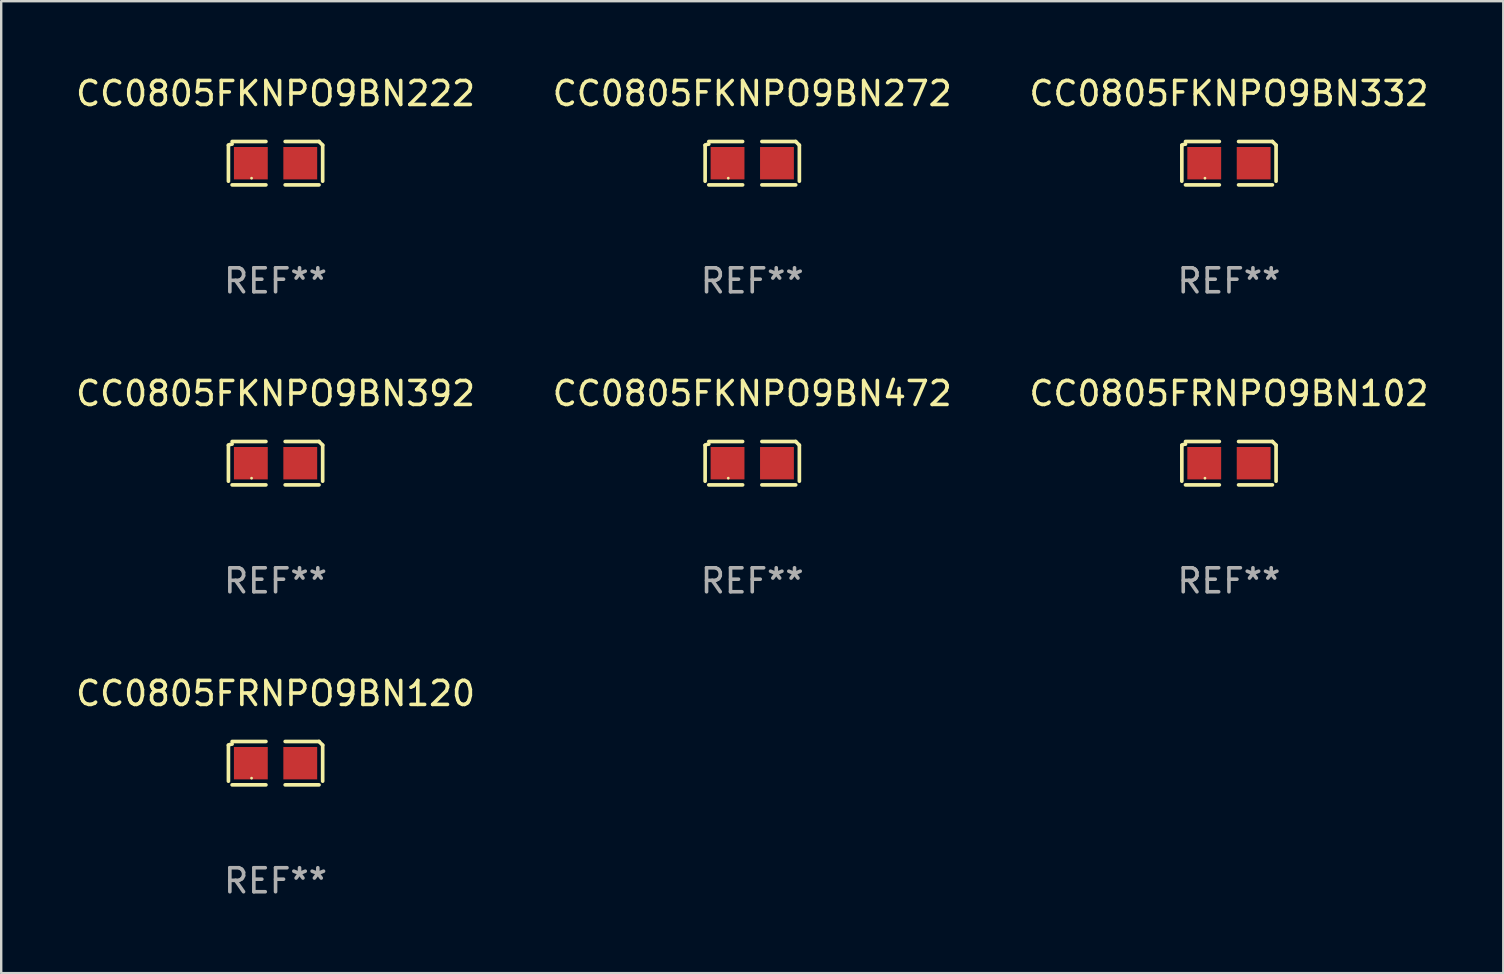
<source format=kicad_pcb>
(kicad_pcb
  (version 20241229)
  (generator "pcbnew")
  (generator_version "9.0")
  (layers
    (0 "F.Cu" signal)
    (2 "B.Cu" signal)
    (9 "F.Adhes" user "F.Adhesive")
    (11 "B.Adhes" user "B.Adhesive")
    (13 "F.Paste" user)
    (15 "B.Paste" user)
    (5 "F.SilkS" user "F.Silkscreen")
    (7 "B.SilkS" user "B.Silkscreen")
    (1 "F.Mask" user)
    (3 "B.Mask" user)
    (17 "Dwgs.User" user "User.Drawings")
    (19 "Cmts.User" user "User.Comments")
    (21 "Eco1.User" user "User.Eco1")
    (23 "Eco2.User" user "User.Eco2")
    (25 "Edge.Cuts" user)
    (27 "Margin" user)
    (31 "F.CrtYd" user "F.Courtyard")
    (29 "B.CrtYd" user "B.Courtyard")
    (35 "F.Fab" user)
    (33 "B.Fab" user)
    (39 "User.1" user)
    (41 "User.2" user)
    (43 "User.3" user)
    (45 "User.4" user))
  (footprint "CC0805FKNPO9BN392"
    (layer "F.Cu")
    (at 8.435 16.256)
    (property "Reference" "CC0805FKNPO9BN392" (at 0 -2.904 0) (layer "F.SilkS") (effects (font (size 1 1) (thickness 0.15))))
    (attr through_hole)
    (fp_line (start -1.964 0.751) (end -1.964 -0.751) (stroke (width 0.152) (type solid)) (layer "F.SilkS"))
    (fp_line (start -1.811 -0.904) (end -0.401 -0.904) (stroke (width 0.152) (type solid)) (layer "F.SilkS"))
    (fp_line (start -0.401 0.904) (end -1.811 0.904) (stroke (width 0.152) (type solid)) (layer "F.SilkS"))
    (fp_line (start 0.401 0.904) (end 1.811 0.904) (stroke (width 0.152) (type solid)) (layer "F.SilkS"))
    (fp_line (start 1.811 -0.904) (end 0.401 -0.904) (stroke (width 0.152) (type solid)) (layer "F.SilkS"))
    (fp_line (start 1.964 0.751) (end 1.964 -0.751) (stroke (width 0.152) (type solid)) (layer "F.SilkS"))
    (fp_arc (start -1.963602 -0.751207) (mid -1.890354 -0.783131) (end -1.811201 -0.794044) (stroke (width 0.1524) (type solid)) (layer "F.SilkS"))
    (fp_arc (start 1.811202 -0.903607) (mid 1.887413 -0.827418) (end 1.963602 -0.751207) (stroke (width 0.1524) (type solid)) (layer "F.SilkS"))
    (fp_circle (center -1 0.625) (end -0.97 0.625) (stroke (width 0.06) (type solid)) (fill no) (layer "F.SilkS"))
    (fp_text user "REF**" (at 0 4.904 0) (layer "F.Fab") (effects (font (size 1 1) (thickness 0.15))))
    (pad "1" smd rect (at -1.03 0) (size 1.41 1.35) (layers "F.Cu" "F.Mask" "F.Paste"))
    (pad "2" smd rect (at 1.03 0) (size 1.41 1.35) (layers "F.Cu" "F.Mask" "F.Paste")))
  (footprint "CC0805FKNPO9BN472"
    (layer "F.Cu")
    (at 28.304 16.256)
    (property "Reference" "CC0805FKNPO9BN472" (at 0 -2.904 0) (layer "F.SilkS") (effects (font (size 1 1) (thickness 0.15))))
    (attr through_hole)
    (fp_line (start -1.964 0.751) (end -1.964 -0.751) (stroke (width 0.152) (type solid)) (layer "F.SilkS"))
    (fp_line (start -1.811 -0.904) (end -0.401 -0.904) (stroke (width 0.152) (type solid)) (layer "F.SilkS"))
    (fp_line (start -0.401 0.904) (end -1.811 0.904) (stroke (width 0.152) (type solid)) (layer "F.SilkS"))
    (fp_line (start 0.401 0.904) (end 1.811 0.904) (stroke (width 0.152) (type solid)) (layer "F.SilkS"))
    (fp_line (start 1.811 -0.904) (end 0.401 -0.904) (stroke (width 0.152) (type solid)) (layer "F.SilkS"))
    (fp_line (start 1.964 0.751) (end 1.964 -0.751) (stroke (width 0.152) (type solid)) (layer "F.SilkS"))
    (fp_arc (start -1.963602 -0.751207) (mid -1.890354 -0.783131) (end -1.811201 -0.794044) (stroke (width 0.1524) (type solid)) (layer "F.SilkS"))
    (fp_arc (start 1.811202 -0.903607) (mid 1.887413 -0.827418) (end 1.963602 -0.751207) (stroke (width 0.1524) (type solid)) (layer "F.SilkS"))
    (fp_circle (center -1 0.625) (end -0.97 0.625) (stroke (width 0.06) (type solid)) (fill no) (layer "F.SilkS"))
    (fp_text user "REF**" (at 0 4.904 0) (layer "F.Fab") (effects (font (size 1 1) (thickness 0.15))))
    (pad "1" smd rect (at -1.03 0) (size 1.41 1.35) (layers "F.Cu" "F.Mask" "F.Paste"))
    (pad "2" smd rect (at 1.03 0) (size 1.41 1.35) (layers "F.Cu" "F.Mask" "F.Paste")))
  (footprint "CC0805FKNPO9BN222"
    (layer "F.Cu")
    (at 8.435 3.752)
    (property "Reference" "CC0805FKNPO9BN222" (at 0 -2.904 0) (layer "F.SilkS") (effects (font (size 1 1) (thickness 0.15))))
    (attr through_hole)
    (fp_line (start -1.964 0.751) (end -1.964 -0.751) (stroke (width 0.152) (type solid)) (layer "F.SilkS"))
    (fp_line (start -1.811 -0.904) (end -0.401 -0.904) (stroke (width 0.152) (type solid)) (layer "F.SilkS"))
    (fp_line (start -0.401 0.904) (end -1.811 0.904) (stroke (width 0.152) (type solid)) (layer "F.SilkS"))
    (fp_line (start 0.401 0.904) (end 1.811 0.904) (stroke (width 0.152) (type solid)) (layer "F.SilkS"))
    (fp_line (start 1.811 -0.904) (end 0.401 -0.904) (stroke (width 0.152) (type solid)) (layer "F.SilkS"))
    (fp_line (start 1.964 0.751) (end 1.964 -0.751) (stroke (width 0.152) (type solid)) (layer "F.SilkS"))
    (fp_arc (start -1.963602 -0.751207) (mid -1.890354 -0.783131) (end -1.811201 -0.794044) (stroke (width 0.1524) (type solid)) (layer "F.SilkS"))
    (fp_arc (start 1.811202 -0.903607) (mid 1.887413 -0.827418) (end 1.963602 -0.751207) (stroke (width 0.1524) (type solid)) (layer "F.SilkS"))
    (fp_circle (center -1 0.625) (end -0.97 0.625) (stroke (width 0.06) (type solid)) (fill no) (layer "F.SilkS"))
    (fp_text user "REF**" (at 0 4.904 0) (layer "F.Fab") (effects (font (size 1 1) (thickness 0.15))))
    (pad "1" smd rect (at -1.03 0) (size 1.41 1.35) (layers "F.Cu" "F.Mask" "F.Paste"))
    (pad "2" smd rect (at 1.03 0) (size 1.41 1.35) (layers "F.Cu" "F.Mask" "F.Paste")))
  (footprint "CC0805FKNPO9BN272"
    (layer "F.Cu")
    (at 28.304 3.752)
    (property "Reference" "CC0805FKNPO9BN272" (at 0 -2.904 0) (layer "F.SilkS") (effects (font (size 1 1) (thickness 0.15))))
    (attr through_hole)
    (fp_line (start -1.964 0.751) (end -1.964 -0.751) (stroke (width 0.152) (type solid)) (layer "F.SilkS"))
    (fp_line (start -1.811 -0.904) (end -0.401 -0.904) (stroke (width 0.152) (type solid)) (layer "F.SilkS"))
    (fp_line (start -0.401 0.904) (end -1.811 0.904) (stroke (width 0.152) (type solid)) (layer "F.SilkS"))
    (fp_line (start 0.401 0.904) (end 1.811 0.904) (stroke (width 0.152) (type solid)) (layer "F.SilkS"))
    (fp_line (start 1.811 -0.904) (end 0.401 -0.904) (stroke (width 0.152) (type solid)) (layer "F.SilkS"))
    (fp_line (start 1.964 0.751) (end 1.964 -0.751) (stroke (width 0.152) (type solid)) (layer "F.SilkS"))
    (fp_arc (start -1.963602 -0.751207) (mid -1.890354 -0.783131) (end -1.811201 -0.794044) (stroke (width 0.1524) (type solid)) (layer "F.SilkS"))
    (fp_arc (start 1.811202 -0.903607) (mid 1.887413 -0.827418) (end 1.963602 -0.751207) (stroke (width 0.1524) (type solid)) (layer "F.SilkS"))
    (fp_circle (center -1 0.625) (end -0.97 0.625) (stroke (width 0.06) (type solid)) (fill no) (layer "F.SilkS"))
    (fp_text user "REF**" (at 0 4.904 0) (layer "F.Fab") (effects (font (size 1 1) (thickness 0.15))))
    (pad "1" smd rect (at -1.03 0) (size 1.41 1.35) (layers "F.Cu" "F.Mask" "F.Paste"))
    (pad "2" smd rect (at 1.03 0) (size 1.41 1.35) (layers "F.Cu" "F.Mask" "F.Paste")))
  (footprint "CC0805FRNPO9BN102"
    (layer "F.Cu")
    (at 48.173 16.256)
    (property "Reference" "CC0805FRNPO9BN102" (at 0 -2.904 0) (layer "F.SilkS") (effects (font (size 1 1) (thickness 0.15))))
    (attr through_hole)
    (fp_line (start -1.964 0.751) (end -1.964 -0.751) (stroke (width 0.152) (type solid)) (layer "F.SilkS"))
    (fp_line (start -1.811 -0.904) (end -0.401 -0.904) (stroke (width 0.152) (type solid)) (layer "F.SilkS"))
    (fp_line (start -0.401 0.904) (end -1.811 0.904) (stroke (width 0.152) (type solid)) (layer "F.SilkS"))
    (fp_line (start 0.401 0.904) (end 1.811 0.904) (stroke (width 0.152) (type solid)) (layer "F.SilkS"))
    (fp_line (start 1.811 -0.904) (end 0.401 -0.904) (stroke (width 0.152) (type solid)) (layer "F.SilkS"))
    (fp_line (start 1.964 0.751) (end 1.964 -0.751) (stroke (width 0.152) (type solid)) (layer "F.SilkS"))
    (fp_arc (start -1.963602 -0.751207) (mid -1.890354 -0.783131) (end -1.811201 -0.794044) (stroke (width 0.1524) (type solid)) (layer "F.SilkS"))
    (fp_arc (start 1.811202 -0.903607) (mid 1.887413 -0.827418) (end 1.963602 -0.751207) (stroke (width 0.1524) (type solid)) (layer "F.SilkS"))
    (fp_circle (center -1 0.625) (end -0.97 0.625) (stroke (width 0.06) (type solid)) (fill no) (layer "F.SilkS"))
    (fp_text user "REF**" (at 0 4.904 0) (layer "F.Fab") (effects (font (size 1 1) (thickness 0.15))))
    (pad "1" smd rect (at -1.03 0) (size 1.41 1.35) (layers "F.Cu" "F.Mask" "F.Paste"))
    (pad "2" smd rect (at 1.03 0) (size 1.41 1.35) (layers "F.Cu" "F.Mask" "F.Paste")))
  (footprint "CC0805FRNPO9BN120"
    (layer "F.Cu")
    (at 8.435 28.759)
    (property "Reference" "CC0805FRNPO9BN120" (at 0 -2.904 0) (layer "F.SilkS") (effects (font (size 1 1) (thickness 0.15))))
    (attr through_hole)
    (fp_line (start -1.964 0.751) (end -1.964 -0.751) (stroke (width 0.152) (type solid)) (layer "F.SilkS"))
    (fp_line (start -1.811 -0.904) (end -0.401 -0.904) (stroke (width 0.152) (type solid)) (layer "F.SilkS"))
    (fp_line (start -0.401 0.904) (end -1.811 0.904) (stroke (width 0.152) (type solid)) (layer "F.SilkS"))
    (fp_line (start 0.401 0.904) (end 1.811 0.904) (stroke (width 0.152) (type solid)) (layer "F.SilkS"))
    (fp_line (start 1.811 -0.904) (end 0.401 -0.904) (stroke (width 0.152) (type solid)) (layer "F.SilkS"))
    (fp_line (start 1.964 0.751) (end 1.964 -0.751) (stroke (width 0.152) (type solid)) (layer "F.SilkS"))
    (fp_arc (start -1.963602 -0.751207) (mid -1.890354 -0.783131) (end -1.811201 -0.794044) (stroke (width 0.1524) (type solid)) (layer "F.SilkS"))
    (fp_arc (start 1.811202 -0.903607) (mid 1.887413 -0.827418) (end 1.963602 -0.751207) (stroke (width 0.1524) (type solid)) (layer "F.SilkS"))
    (fp_circle (center -1 0.625) (end -0.97 0.625) (stroke (width 0.06) (type solid)) (fill no) (layer "F.SilkS"))
    (fp_text user "REF**" (at 0 4.904 0) (layer "F.Fab") (effects (font (size 1 1) (thickness 0.15))))
    (pad "1" smd rect (at -1.03 0) (size 1.41 1.35) (layers "F.Cu" "F.Mask" "F.Paste"))
    (pad "2" smd rect (at 1.03 0) (size 1.41 1.35) (layers "F.Cu" "F.Mask" "F.Paste")))
  (footprint "CC0805FKNPO9BN332"
    (layer "F.Cu")
    (at 48.173 3.752)
    (property "Reference" "CC0805FKNPO9BN332" (at 0 -2.904 0) (layer "F.SilkS") (effects (font (size 1 1) (thickness 0.15))))
    (attr through_hole)
    (fp_line (start -1.964 0.751) (end -1.964 -0.751) (stroke (width 0.152) (type solid)) (layer "F.SilkS"))
    (fp_line (start -1.811 -0.904) (end -0.401 -0.904) (stroke (width 0.152) (type solid)) (layer "F.SilkS"))
    (fp_line (start -0.401 0.904) (end -1.811 0.904) (stroke (width 0.152) (type solid)) (layer "F.SilkS"))
    (fp_line (start 0.401 0.904) (end 1.811 0.904) (stroke (width 0.152) (type solid)) (layer "F.SilkS"))
    (fp_line (start 1.811 -0.904) (end 0.401 -0.904) (stroke (width 0.152) (type solid)) (layer "F.SilkS"))
    (fp_line (start 1.964 0.751) (end 1.964 -0.751) (stroke (width 0.152) (type solid)) (layer "F.SilkS"))
    (fp_arc (start -1.963602 -0.751207) (mid -1.890354 -0.783131) (end -1.811201 -0.794044) (stroke (width 0.1524) (type solid)) (layer "F.SilkS"))
    (fp_arc (start 1.811202 -0.903607) (mid 1.887413 -0.827418) (end 1.963602 -0.751207) (stroke (width 0.1524) (type solid)) (layer "F.SilkS"))
    (fp_circle (center -1 0.625) (end -0.97 0.625) (stroke (width 0.06) (type solid)) (fill no) (layer "F.SilkS"))
    (fp_text user "REF**" (at 0 4.904 0) (layer "F.Fab") (effects (font (size 1 1) (thickness 0.15))))
    (pad "1" smd rect (at -1.03 0) (size 1.41 1.35) (layers "F.Cu" "F.Mask" "F.Paste"))
    (pad "2" smd rect (at 1.03 0) (size 1.41 1.35) (layers "F.Cu" "F.Mask" "F.Paste")))
  (gr_rect
    (start -3 -3)
    (end 59.607 37.511)
    (stroke (width 0.1) (type default))
    (fill no)
    (layer "Edge.Cuts")))
</source>
